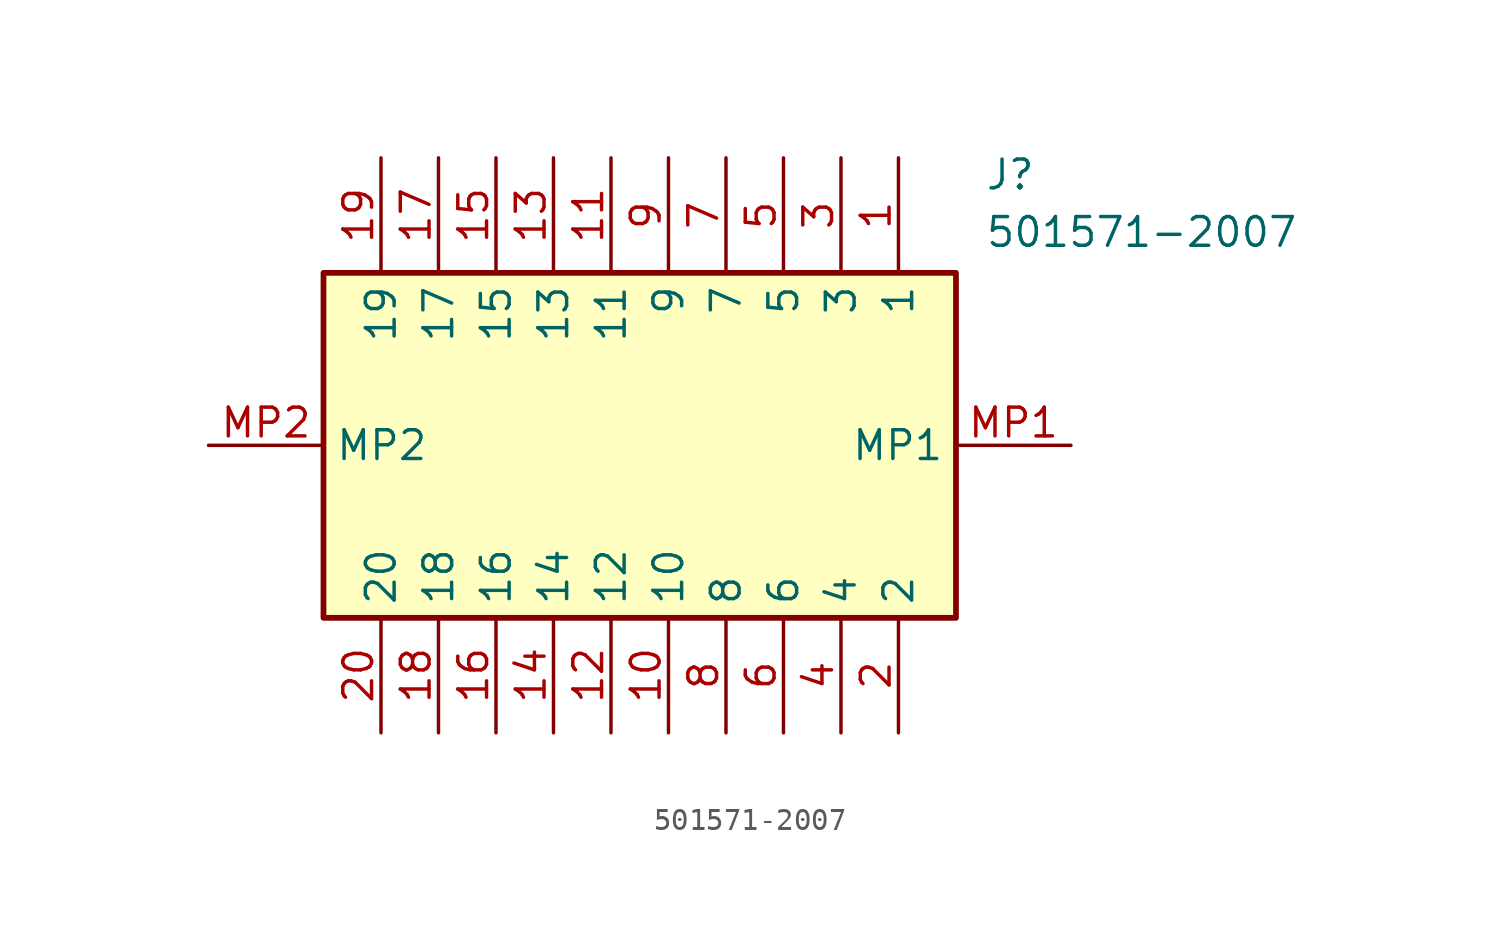
<source format=kicad_sym>
(kicad_symbol_lib
  (version 20211014)
  (generator SamacSys_ECAD_Model)
  (symbol "501571-2007"
    (property "Reference" "J"
      (at 34.29 12.7 0)
      (effects (font (size 1.27 1.27)) (justify left top)))
    (property "Value" "501571-2007"
      (at 34.29 10.16 0)
      (effects (font (size 1.27 1.27)) (justify left top)))
    (rectangle
      (start 5.08 7.62)
      (end 33.02 -7.62)
      (stroke (width 0.254) (type default))
      (fill (type background)))
    (pin passive line
      (at 30.48 12.7 270)
      (length 5.08)
      (name "1" (effects (font (size 1.27 1.27))))
      (number "1" (effects (font (size 1.27 1.27)))))
    (pin passive line
      (at 30.48 -12.7 90)
      (length 5.08)
      (name "2" (effects (font (size 1.27 1.27))))
      (number "2" (effects (font (size 1.27 1.27)))))
    (pin passive line
      (at 27.94 12.7 270)
      (length 5.08)
      (name "3" (effects (font (size 1.27 1.27))))
      (number "3" (effects (font (size 1.27 1.27)))))
    (pin passive line
      (at 27.94 -12.7 90)
      (length 5.08)
      (name "4" (effects (font (size 1.27 1.27))))
      (number "4" (effects (font (size 1.27 1.27)))))
    (pin passive line
      (at 25.4 12.7 270)
      (length 5.08)
      (name "5" (effects (font (size 1.27 1.27))))
      (number "5" (effects (font (size 1.27 1.27)))))
    (pin passive line
      (at 25.4 -12.7 90)
      (length 5.08)
      (name "6" (effects (font (size 1.27 1.27))))
      (number "6" (effects (font (size 1.27 1.27)))))
    (pin passive line
      (at 22.86 12.7 270)
      (length 5.08)
      (name "7" (effects (font (size 1.27 1.27))))
      (number "7" (effects (font (size 1.27 1.27)))))
    (pin passive line
      (at 22.86 -12.7 90)
      (length 5.08)
      (name "8" (effects (font (size 1.27 1.27))))
      (number "8" (effects (font (size 1.27 1.27)))))
    (pin passive line
      (at 20.32 12.7 270)
      (length 5.08)
      (name "9" (effects (font (size 1.27 1.27))))
      (number "9" (effects (font (size 1.27 1.27)))))
    (pin passive line
      (at 20.32 -12.7 90)
      (length 5.08)
      (name "10" (effects (font (size 1.27 1.27))))
      (number "10" (effects (font (size 1.27 1.27)))))
    (pin passive line
      (at 17.78 12.7 270)
      (length 5.08)
      (name "11" (effects (font (size 1.27 1.27))))
      (number "11" (effects (font (size 1.27 1.27)))))
    (pin passive line
      (at 17.78 -12.7 90)
      (length 5.08)
      (name "12" (effects (font (size 1.27 1.27))))
      (number "12" (effects (font (size 1.27 1.27)))))
    (pin passive line
      (at 15.24 12.7 270)
      (length 5.08)
      (name "13" (effects (font (size 1.27 1.27))))
      (number "13" (effects (font (size 1.27 1.27)))))
    (pin passive line
      (at 15.24 -12.7 90)
      (length 5.08)
      (name "14" (effects (font (size 1.27 1.27))))
      (number "14" (effects (font (size 1.27 1.27)))))
    (pin passive line
      (at 12.7 12.7 270)
      (length 5.08)
      (name "15" (effects (font (size 1.27 1.27))))
      (number "15" (effects (font (size 1.27 1.27)))))
    (pin passive line
      (at 12.7 -12.7 90)
      (length 5.08)
      (name "16" (effects (font (size 1.27 1.27))))
      (number "16" (effects (font (size 1.27 1.27)))))
    (pin passive line
      (at 10.16 12.7 270)
      (length 5.08)
      (name "17" (effects (font (size 1.27 1.27))))
      (number "17" (effects (font (size 1.27 1.27)))))
    (pin passive line
      (at 10.16 -12.7 90)
      (length 5.08)
      (name "18" (effects (font (size 1.27 1.27))))
      (number "18" (effects (font (size 1.27 1.27)))))
    (pin passive line
      (at 7.62 12.7 270)
      (length 5.08)
      (name "19" (effects (font (size 1.27 1.27))))
      (number "19" (effects (font (size 1.27 1.27)))))
    (pin passive line
      (at 7.62 -12.7 90)
      (length 5.08)
      (name "20" (effects (font (size 1.27 1.27))))
      (number "20" (effects (font (size 1.27 1.27)))))
    (pin passive line
      (at 38.1 0 180)
      (length 5.08)
      (name "MP1" (effects (font (size 1.27 1.27))))
      (number "MP1" (effects (font (size 1.27 1.27)))))
    (pin passive line
      (at 0 0 0)
      (length 5.08)
      (name "MP2" (effects (font (size 1.27 1.27))))
      (number "MP2" (effects (font (size 1.27 1.27)))))))
</source>
